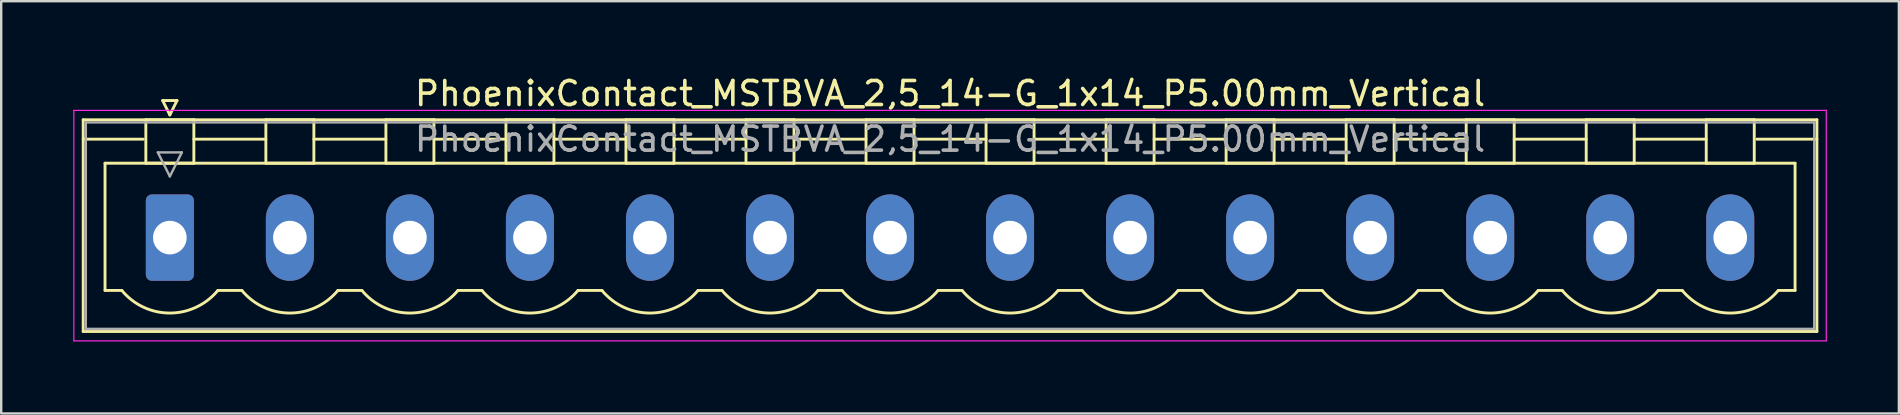
<source format=kicad_pcb>
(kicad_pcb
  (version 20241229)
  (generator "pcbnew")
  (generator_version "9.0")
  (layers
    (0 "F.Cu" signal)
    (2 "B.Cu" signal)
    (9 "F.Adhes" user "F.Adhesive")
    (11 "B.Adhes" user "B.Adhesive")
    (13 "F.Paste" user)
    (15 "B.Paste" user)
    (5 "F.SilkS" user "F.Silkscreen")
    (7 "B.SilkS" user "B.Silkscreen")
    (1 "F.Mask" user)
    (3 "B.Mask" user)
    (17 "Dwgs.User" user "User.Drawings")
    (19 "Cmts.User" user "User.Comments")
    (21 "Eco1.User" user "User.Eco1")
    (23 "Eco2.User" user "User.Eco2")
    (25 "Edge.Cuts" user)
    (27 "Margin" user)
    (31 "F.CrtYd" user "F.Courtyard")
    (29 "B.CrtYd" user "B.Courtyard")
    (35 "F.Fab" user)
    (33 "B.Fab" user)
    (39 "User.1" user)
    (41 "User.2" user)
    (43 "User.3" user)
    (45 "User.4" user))
  (footprint "PhoenixContact_MSTBVA_2,5_14-G_1x14_P5.00mm_Vertical"
    (layer "F.Cu")
    (at 4.025 6.848)
    (property "Reference" "PhoenixContact_MSTBVA_2,5_14-G_1x14_P5.00mm_Vertical" (at 32.5 -6 0) (layer "F.SilkS") (effects (font (size 1 1) (thickness 0.15))))
    (attr through_hole)
    (fp_line (start -3.61 -4.91) (end -3.61 3.91) (stroke (width 0.12) (type solid)) (layer "F.SilkS"))
    (fp_line (start -3.61 -4.1) (end -1.11 -4.1) (stroke (width 0.12) (type solid)) (layer "F.SilkS"))
    (fp_line (start -3.61 3.91) (end 68.61 3.91) (stroke (width 0.12) (type solid)) (layer "F.SilkS"))
    (fp_line (start -2.7 -3.1) (end 67.7 -3.1) (stroke (width 0.12) (type solid)) (layer "F.SilkS"))
    (fp_line (start -2.7 2.2) (end -2.7 -3.1) (stroke (width 0.12) (type solid)) (layer "F.SilkS"))
    (fp_line (start -2 2.2) (end -2.7 2.2) (stroke (width 0.12) (type solid)) (layer "F.SilkS"))
    (fp_line (start -1 -4.91) (end 1 -4.91) (stroke (width 0.12) (type solid)) (layer "F.SilkS"))
    (fp_line (start -1 -3.1) (end -1 -4.91) (stroke (width 0.12) (type solid)) (layer "F.SilkS"))
    (fp_line (start -0.3 -5.71) (end 0.3 -5.71) (stroke (width 0.12) (type solid)) (layer "F.SilkS"))
    (fp_line (start 0 -5.11) (end -0.3 -5.71) (stroke (width 0.12) (type solid)) (layer "F.SilkS"))
    (fp_line (start 0.3 -5.71) (end 0 -5.11) (stroke (width 0.12) (type solid)) (layer "F.SilkS"))
    (fp_line (start 1 -4.91) (end 1 -3.1) (stroke (width 0.12) (type solid)) (layer "F.SilkS"))
    (fp_line (start 1 -4.1) (end 4 -4.1) (stroke (width 0.12) (type solid)) (layer "F.SilkS"))
    (fp_line (start 1 -3.1) (end -1 -3.1) (stroke (width 0.12) (type solid)) (layer "F.SilkS"))
    (fp_line (start 2 2.2) (end 3 2.2) (stroke (width 0.12) (type solid)) (layer "F.SilkS"))
    (fp_line (start 4 -4.91) (end 6 -4.91) (stroke (width 0.12) (type solid)) (layer "F.SilkS"))
    (fp_line (start 4 -3.1) (end 4 -4.91) (stroke (width 0.12) (type solid)) (layer "F.SilkS"))
    (fp_line (start 6 -4.91) (end 6 -3.1) (stroke (width 0.12) (type solid)) (layer "F.SilkS"))
    (fp_line (start 6 -4.1) (end 9 -4.1) (stroke (width 0.12) (type solid)) (layer "F.SilkS"))
    (fp_line (start 6 -3.1) (end 4 -3.1) (stroke (width 0.12) (type solid)) (layer "F.SilkS"))
    (fp_line (start 7 2.2) (end 8 2.2) (stroke (width 0.12) (type solid)) (layer "F.SilkS"))
    (fp_line (start 9 -4.91) (end 11 -4.91) (stroke (width 0.12) (type solid)) (layer "F.SilkS"))
    (fp_line (start 9 -3.1) (end 9 -4.91) (stroke (width 0.12) (type solid)) (layer "F.SilkS"))
    (fp_line (start 11 -4.91) (end 11 -3.1) (stroke (width 0.12) (type solid)) (layer "F.SilkS"))
    (fp_line (start 11 -4.1) (end 14 -4.1) (stroke (width 0.12) (type solid)) (layer "F.SilkS"))
    (fp_line (start 11 -3.1) (end 9 -3.1) (stroke (width 0.12) (type solid)) (layer "F.SilkS"))
    (fp_line (start 12 2.2) (end 13 2.2) (stroke (width 0.12) (type solid)) (layer "F.SilkS"))
    (fp_line (start 14 -4.91) (end 16 -4.91) (stroke (width 0.12) (type solid)) (layer "F.SilkS"))
    (fp_line (start 14 -3.1) (end 14 -4.91) (stroke (width 0.12) (type solid)) (layer "F.SilkS"))
    (fp_line (start 16 -4.91) (end 16 -3.1) (stroke (width 0.12) (type solid)) (layer "F.SilkS"))
    (fp_line (start 16 -4.1) (end 19 -4.1) (stroke (width 0.12) (type solid)) (layer "F.SilkS"))
    (fp_line (start 16 -3.1) (end 14 -3.1) (stroke (width 0.12) (type solid)) (layer "F.SilkS"))
    (fp_line (start 17 2.2) (end 18 2.2) (stroke (width 0.12) (type solid)) (layer "F.SilkS"))
    (fp_line (start 19 -4.91) (end 21 -4.91) (stroke (width 0.12) (type solid)) (layer "F.SilkS"))
    (fp_line (start 19 -3.1) (end 19 -4.91) (stroke (width 0.12) (type solid)) (layer "F.SilkS"))
    (fp_line (start 21 -4.91) (end 21 -3.1) (stroke (width 0.12) (type solid)) (layer "F.SilkS"))
    (fp_line (start 21 -4.1) (end 24 -4.1) (stroke (width 0.12) (type solid)) (layer "F.SilkS"))
    (fp_line (start 21 -3.1) (end 19 -3.1) (stroke (width 0.12) (type solid)) (layer "F.SilkS"))
    (fp_line (start 22 2.2) (end 23 2.2) (stroke (width 0.12) (type solid)) (layer "F.SilkS"))
    (fp_line (start 24 -4.91) (end 26 -4.91) (stroke (width 0.12) (type solid)) (layer "F.SilkS"))
    (fp_line (start 24 -3.1) (end 24 -4.91) (stroke (width 0.12) (type solid)) (layer "F.SilkS"))
    (fp_line (start 26 -4.91) (end 26 -3.1) (stroke (width 0.12) (type solid)) (layer "F.SilkS"))
    (fp_line (start 26 -4.1) (end 29 -4.1) (stroke (width 0.12) (type solid)) (layer "F.SilkS"))
    (fp_line (start 26 -3.1) (end 24 -3.1) (stroke (width 0.12) (type solid)) (layer "F.SilkS"))
    (fp_line (start 27 2.2) (end 28 2.2) (stroke (width 0.12) (type solid)) (layer "F.SilkS"))
    (fp_line (start 29 -4.91) (end 31 -4.91) (stroke (width 0.12) (type solid)) (layer "F.SilkS"))
    (fp_line (start 29 -3.1) (end 29 -4.91) (stroke (width 0.12) (type solid)) (layer "F.SilkS"))
    (fp_line (start 31 -4.91) (end 31 -3.1) (stroke (width 0.12) (type solid)) (layer "F.SilkS"))
    (fp_line (start 31 -4.1) (end 34 -4.1) (stroke (width 0.12) (type solid)) (layer "F.SilkS"))
    (fp_line (start 31 -3.1) (end 29 -3.1) (stroke (width 0.12) (type solid)) (layer "F.SilkS"))
    (fp_line (start 32 2.2) (end 33 2.2) (stroke (width 0.12) (type solid)) (layer "F.SilkS"))
    (fp_line (start 34 -4.91) (end 36 -4.91) (stroke (width 0.12) (type solid)) (layer "F.SilkS"))
    (fp_line (start 34 -3.1) (end 34 -4.91) (stroke (width 0.12) (type solid)) (layer "F.SilkS"))
    (fp_line (start 36 -4.91) (end 36 -3.1) (stroke (width 0.12) (type solid)) (layer "F.SilkS"))
    (fp_line (start 36 -4.1) (end 39 -4.1) (stroke (width 0.12) (type solid)) (layer "F.SilkS"))
    (fp_line (start 36 -3.1) (end 34 -3.1) (stroke (width 0.12) (type solid)) (layer "F.SilkS"))
    (fp_line (start 37 2.2) (end 38 2.2) (stroke (width 0.12) (type solid)) (layer "F.SilkS"))
    (fp_line (start 39 -4.91) (end 41 -4.91) (stroke (width 0.12) (type solid)) (layer "F.SilkS"))
    (fp_line (start 39 -3.1) (end 39 -4.91) (stroke (width 0.12) (type solid)) (layer "F.SilkS"))
    (fp_line (start 41 -4.91) (end 41 -3.1) (stroke (width 0.12) (type solid)) (layer "F.SilkS"))
    (fp_line (start 41 -4.1) (end 44 -4.1) (stroke (width 0.12) (type solid)) (layer "F.SilkS"))
    (fp_line (start 41 -3.1) (end 39 -3.1) (stroke (width 0.12) (type solid)) (layer "F.SilkS"))
    (fp_line (start 42 2.2) (end 43 2.2) (stroke (width 0.12) (type solid)) (layer "F.SilkS"))
    (fp_line (start 44 -4.91) (end 46 -4.91) (stroke (width 0.12) (type solid)) (layer "F.SilkS"))
    (fp_line (start 44 -3.1) (end 44 -4.91) (stroke (width 0.12) (type solid)) (layer "F.SilkS"))
    (fp_line (start 46 -4.91) (end 46 -3.1) (stroke (width 0.12) (type solid)) (layer "F.SilkS"))
    (fp_line (start 46 -4.1) (end 49 -4.1) (stroke (width 0.12) (type solid)) (layer "F.SilkS"))
    (fp_line (start 46 -3.1) (end 44 -3.1) (stroke (width 0.12) (type solid)) (layer "F.SilkS"))
    (fp_line (start 47 2.2) (end 48 2.2) (stroke (width 0.12) (type solid)) (layer "F.SilkS"))
    (fp_line (start 49 -4.91) (end 51 -4.91) (stroke (width 0.12) (type solid)) (layer "F.SilkS"))
    (fp_line (start 49 -3.1) (end 49 -4.91) (stroke (width 0.12) (type solid)) (layer "F.SilkS"))
    (fp_line (start 51 -4.91) (end 51 -3.1) (stroke (width 0.12) (type solid)) (layer "F.SilkS"))
    (fp_line (start 51 -4.1) (end 54 -4.1) (stroke (width 0.12) (type solid)) (layer "F.SilkS"))
    (fp_line (start 51 -3.1) (end 49 -3.1) (stroke (width 0.12) (type solid)) (layer "F.SilkS"))
    (fp_line (start 52 2.2) (end 53 2.2) (stroke (width 0.12) (type solid)) (layer "F.SilkS"))
    (fp_line (start 54 -4.91) (end 56 -4.91) (stroke (width 0.12) (type solid)) (layer "F.SilkS"))
    (fp_line (start 54 -3.1) (end 54 -4.91) (stroke (width 0.12) (type solid)) (layer "F.SilkS"))
    (fp_line (start 56 -4.91) (end 56 -3.1) (stroke (width 0.12) (type solid)) (layer "F.SilkS"))
    (fp_line (start 56 -4.1) (end 59 -4.1) (stroke (width 0.12) (type solid)) (layer "F.SilkS"))
    (fp_line (start 56 -3.1) (end 54 -3.1) (stroke (width 0.12) (type solid)) (layer "F.SilkS"))
    (fp_line (start 57 2.2) (end 58 2.2) (stroke (width 0.12) (type solid)) (layer "F.SilkS"))
    (fp_line (start 59 -4.91) (end 61 -4.91) (stroke (width 0.12) (type solid)) (layer "F.SilkS"))
    (fp_line (start 59 -3.1) (end 59 -4.91) (stroke (width 0.12) (type solid)) (layer "F.SilkS"))
    (fp_line (start 61 -4.91) (end 61 -3.1) (stroke (width 0.12) (type solid)) (layer "F.SilkS"))
    (fp_line (start 61 -4.1) (end 64 -4.1) (stroke (width 0.12) (type solid)) (layer "F.SilkS"))
    (fp_line (start 61 -3.1) (end 59 -3.1) (stroke (width 0.12) (type solid)) (layer "F.SilkS"))
    (fp_line (start 62 2.2) (end 63 2.2) (stroke (width 0.12) (type solid)) (layer "F.SilkS"))
    (fp_line (start 64 -4.91) (end 66 -4.91) (stroke (width 0.12) (type solid)) (layer "F.SilkS"))
    (fp_line (start 64 -3.1) (end 64 -4.91) (stroke (width 0.12) (type solid)) (layer "F.SilkS"))
    (fp_line (start 66 -4.91) (end 66 -3.1) (stroke (width 0.12) (type solid)) (layer "F.SilkS"))
    (fp_line (start 66 -3.1) (end 64 -3.1) (stroke (width 0.12) (type solid)) (layer "F.SilkS"))
    (fp_line (start 67.7 -3.1) (end 67.7 2.2) (stroke (width 0.12) (type solid)) (layer "F.SilkS"))
    (fp_line (start 67.7 2.2) (end 67 2.2) (stroke (width 0.12) (type solid)) (layer "F.SilkS"))
    (fp_line (start 68.61 -4.91) (end -3.61 -4.91) (stroke (width 0.12) (type solid)) (layer "F.SilkS"))
    (fp_line (start 68.61 -4.1) (end 66.11 -4.1) (stroke (width 0.12) (type solid)) (layer "F.SilkS"))
    (fp_line (start 68.61 3.91) (end 68.61 -4.91) (stroke (width 0.12) (type solid)) (layer "F.SilkS"))
    (fp_arc (start 1.986842 2.215821) (mid -0.010289 3.142758) (end -2 2.2) (stroke (width 0.12) (type solid)) (layer "F.SilkS"))
    (fp_arc (start 6.986842 2.215821) (mid 4.989711 3.142758) (end 3 2.2) (stroke (width 0.12) (type solid)) (layer "F.SilkS"))
    (fp_arc (start 11.986842 2.215821) (mid 9.989711 3.142758) (end 8 2.2) (stroke (width 0.12) (type solid)) (layer "F.SilkS"))
    (fp_arc (start 16.986842 2.215821) (mid 14.989711 3.142758) (end 13 2.2) (stroke (width 0.12) (type solid)) (layer "F.SilkS"))
    (fp_arc (start 21.986842 2.215821) (mid 19.989711 3.142758) (end 18 2.2) (stroke (width 0.12) (type solid)) (layer "F.SilkS"))
    (fp_arc (start 26.986842 2.215821) (mid 24.989711 3.142758) (end 23 2.2) (stroke (width 0.12) (type solid)) (layer "F.SilkS"))
    (fp_arc (start 31.986842 2.215821) (mid 29.989711 3.142758) (end 28 2.2) (stroke (width 0.12) (type solid)) (layer "F.SilkS"))
    (fp_arc (start 36.986842 2.215821) (mid 34.989711 3.142758) (end 33 2.2) (stroke (width 0.12) (type solid)) (layer "F.SilkS"))
    (fp_arc (start 41.986842 2.215821) (mid 39.989711 3.142758) (end 38 2.2) (stroke (width 0.12) (type solid)) (layer "F.SilkS"))
    (fp_arc (start 46.986842 2.215821) (mid 44.989711 3.142758) (end 43 2.2) (stroke (width 0.12) (type solid)) (layer "F.SilkS"))
    (fp_arc (start 51.986842 2.215821) (mid 49.989711 3.142758) (end 48 2.2) (stroke (width 0.12) (type solid)) (layer "F.SilkS"))
    (fp_arc (start 56.986842 2.215821) (mid 54.989711 3.142758) (end 53 2.2) (stroke (width 0.12) (type solid)) (layer "F.SilkS"))
    (fp_arc (start 61.986842 2.215821) (mid 59.989711 3.142758) (end 58 2.2) (stroke (width 0.12) (type solid)) (layer "F.SilkS"))
    (fp_arc (start 66.986842 2.215821) (mid 64.989711 3.142758) (end 63 2.2) (stroke (width 0.12) (type solid)) (layer "F.SilkS"))
    (fp_line (start -4 -5.3) (end -4 4.3) (stroke (width 0.05) (type solid)) (layer "F.CrtYd"))
    (fp_line (start -4 4.3) (end 69 4.3) (stroke (width 0.05) (type solid)) (layer "F.CrtYd"))
    (fp_line (start 69 -5.3) (end -4 -5.3) (stroke (width 0.05) (type solid)) (layer "F.CrtYd"))
    (fp_line (start 69 4.3) (end 69 -5.3) (stroke (width 0.05) (type solid)) (layer "F.CrtYd"))
    (fp_line (start -3.5 -4.8) (end -3.5 3.8) (stroke (width 0.1) (type solid)) (layer "F.Fab"))
    (fp_line (start -3.5 3.8) (end 68.5 3.8) (stroke (width 0.1) (type solid)) (layer "F.Fab"))
    (fp_line (start -0.5 -3.55) (end 0.5 -3.55) (stroke (width 0.1) (type solid)) (layer "F.Fab"))
    (fp_line (start 0 -2.55) (end -0.5 -3.55) (stroke (width 0.1) (type solid)) (layer "F.Fab"))
    (fp_line (start 0.5 -3.55) (end 0 -2.55) (stroke (width 0.1) (type solid)) (layer "F.Fab"))
    (fp_line (start 68.5 -4.8) (end -3.5 -4.8) (stroke (width 0.1) (type solid)) (layer "F.Fab"))
    (fp_line (start 68.5 3.8) (end 68.5 -4.8) (stroke (width 0.1) (type solid)) (layer "F.Fab"))
    (fp_text user "${REFERENCE}" (at 32.5 -4.1 0) (layer "F.Fab") (effects (font (size 1 1) (thickness 0.15))))
    (pad "1" thru_hole roundrect (at 0 0) (size 2 3.6) (drill 1.4) (layers "*.Cu" "*.Mask") (roundrect_rratio 0.125))
    (pad "2" thru_hole oval (at 5 0) (size 2 3.6) (drill 1.4) (layers "*.Cu" "*.Mask"))
    (pad "3" thru_hole oval (at 10 0) (size 2 3.6) (drill 1.4) (layers "*.Cu" "*.Mask"))
    (pad "4" thru_hole oval (at 15 0) (size 2 3.6) (drill 1.4) (layers "*.Cu" "*.Mask"))
    (pad "5" thru_hole oval (at 20 0) (size 2 3.6) (drill 1.4) (layers "*.Cu" "*.Mask"))
    (pad "6" thru_hole oval (at 25 0) (size 2 3.6) (drill 1.4) (layers "*.Cu" "*.Mask"))
    (pad "7" thru_hole oval (at 30 0) (size 2 3.6) (drill 1.4) (layers "*.Cu" "*.Mask"))
    (pad "8" thru_hole oval (at 35 0) (size 2 3.6) (drill 1.4) (layers "*.Cu" "*.Mask"))
    (pad "9" thru_hole oval (at 40 0) (size 2 3.6) (drill 1.4) (layers "*.Cu" "*.Mask"))
    (pad "10" thru_hole oval (at 45 0) (size 2 3.6) (drill 1.4) (layers "*.Cu" "*.Mask"))
    (pad "11" thru_hole oval (at 50 0) (size 2 3.6) (drill 1.4) (layers "*.Cu" "*.Mask"))
    (pad "12" thru_hole oval (at 55 0) (size 2 3.6) (drill 1.4) (layers "*.Cu" "*.Mask"))
    (pad "13" thru_hole oval (at 60 0) (size 2 3.6) (drill 1.4) (layers "*.Cu" "*.Mask"))
    (pad "14" thru_hole oval (at 65 0) (size 2 3.6) (drill 1.4) (layers "*.Cu" "*.Mask")))
  (gr_rect
    (start -3 -3)
    (end 76.05 14.173)
    (stroke (width 0.1) (type default))
    (fill no)
    (layer "Edge.Cuts")))
</source>
